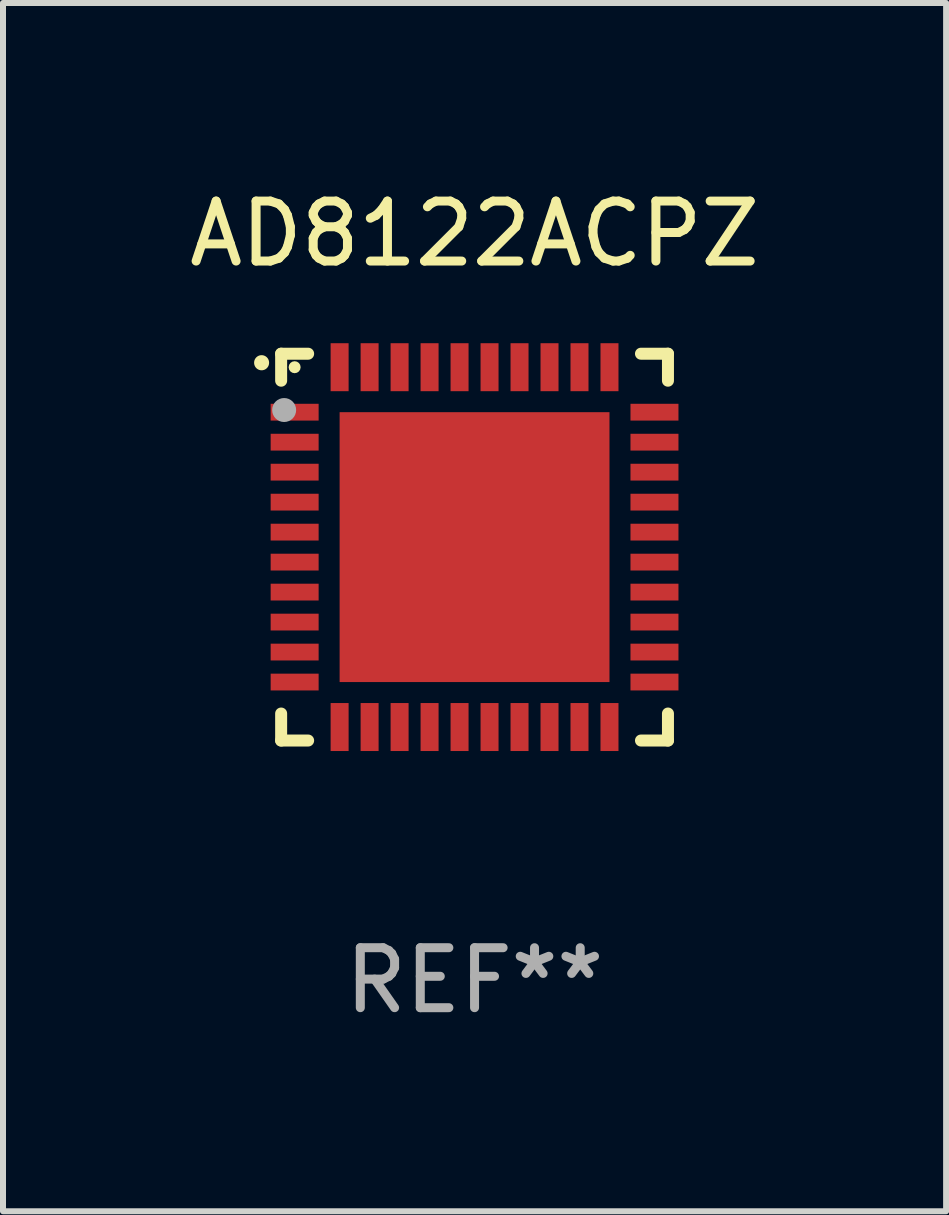
<source format=kicad_pcb>
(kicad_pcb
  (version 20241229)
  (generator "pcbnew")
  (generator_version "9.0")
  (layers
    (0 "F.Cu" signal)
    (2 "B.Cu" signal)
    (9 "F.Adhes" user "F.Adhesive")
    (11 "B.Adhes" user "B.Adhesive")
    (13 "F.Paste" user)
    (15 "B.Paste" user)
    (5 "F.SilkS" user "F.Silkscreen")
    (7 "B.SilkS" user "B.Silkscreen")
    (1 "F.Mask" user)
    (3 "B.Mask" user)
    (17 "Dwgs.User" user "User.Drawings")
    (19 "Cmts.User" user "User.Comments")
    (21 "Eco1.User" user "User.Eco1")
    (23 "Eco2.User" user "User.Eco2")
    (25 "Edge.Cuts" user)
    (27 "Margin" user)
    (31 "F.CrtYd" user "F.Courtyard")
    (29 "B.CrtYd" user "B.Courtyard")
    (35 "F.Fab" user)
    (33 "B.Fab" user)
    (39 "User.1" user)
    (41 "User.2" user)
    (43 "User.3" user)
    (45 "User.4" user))
  (footprint "AD8122ACPZ"
    (layer "F.Cu")
    (at 4.863 6.073)
    (property "Reference" "AD8122ACPZ" (at 0 -5.225 0) (layer "F.SilkS") (effects (font (size 1 1) (thickness 0.15))))
    (attr through_hole)
    (fp_line (start -3.225 -3.225) (end -2.775 -3.225) (stroke (width 0.2) (type solid)) (layer "F.SilkS"))
    (fp_line (start -3.225 -2.775) (end -3.225 -3.225) (stroke (width 0.2) (type solid)) (layer "F.SilkS"))
    (fp_line (start -3.225 2.775) (end -3.225 3.225) (stroke (width 0.2) (type solid)) (layer "F.SilkS"))
    (fp_line (start -3.225 3.225) (end -2.775 3.225) (stroke (width 0.2) (type solid)) (layer "F.SilkS"))
    (fp_line (start 2.775 -3.225) (end 3.225 -3.225) (stroke (width 0.2) (type solid)) (layer "F.SilkS"))
    (fp_line (start 2.775 3.225) (end 3.225 3.225) (stroke (width 0.2) (type solid)) (layer "F.SilkS"))
    (fp_line (start 3.225 -3.225) (end 3.225 -2.775) (stroke (width 0.2) (type solid)) (layer "F.SilkS"))
    (fp_line (start 3.225 3.225) (end 3.225 2.775) (stroke (width 0.2) (type solid)) (layer "F.SilkS"))
    (fp_arc (start -3.55094 -3.073406) (mid -3.550946 -3.074676) (end -3.55094 -3.075946) (stroke (width 0.25) (type solid)) (layer "F.SilkS"))
    (fp_circle (center -3 -3) (end -2.95 -3) (stroke (width 0.1) (type solid)) (fill no) (layer "F.SilkS"))
    (fp_circle (center -3.175 -2.286) (end -3.075 -2.286) (stroke (width 0.2) (type solid)) (fill no) (layer "F.Fab"))
    (fp_text user "REF**" (at 0 7.225 0) (layer "F.Fab") (effects (font (size 1 1) (thickness 0.15))))
    (pad "1" smd rect (at -3 -2.25) (size 0.8 0.28) (layers "F.Cu" "F.Mask" "F.Paste"))
    (pad "2" smd rect (at -3 -1.75) (size 0.8 0.28) (layers "F.Cu" "F.Mask" "F.Paste"))
    (pad "3" smd rect (at -3 -1.25) (size 0.8 0.28) (layers "F.Cu" "F.Mask" "F.Paste"))
    (pad "4" smd rect (at -3 -0.75) (size 0.8 0.28) (layers "F.Cu" "F.Mask" "F.Paste"))
    (pad "5" smd rect (at -3 -0.25) (size 0.8 0.28) (layers "F.Cu" "F.Mask" "F.Paste"))
    (pad "6" smd rect (at -3 0.25) (size 0.8 0.28) (layers "F.Cu" "F.Mask" "F.Paste"))
    (pad "7" smd rect (at -3 0.75) (size 0.8 0.28) (layers "F.Cu" "F.Mask" "F.Paste"))
    (pad "8" smd rect (at -3 1.25) (size 0.8 0.28) (layers "F.Cu" "F.Mask" "F.Paste"))
    (pad "9" smd rect (at -3 1.75) (size 0.8 0.28) (layers "F.Cu" "F.Mask" "F.Paste"))
    (pad "10" smd rect (at -3 2.25) (size 0.8 0.28) (layers "F.Cu" "F.Mask" "F.Paste"))
    (pad "11" smd rect (at -2.25 3) (size 0.3 0.8) (layers "F.Cu" "F.Mask" "F.Paste"))
    (pad "12" smd rect (at -1.75 3) (size 0.3 0.8) (layers "F.Cu" "F.Mask" "F.Paste"))
    (pad "13" smd rect (at -1.25 3) (size 0.3 0.8) (layers "F.Cu" "F.Mask" "F.Paste"))
    (pad "14" smd rect (at -0.75 3) (size 0.3 0.8) (layers "F.Cu" "F.Mask" "F.Paste"))
    (pad "15" smd rect (at -0.25 3) (size 0.3 0.8) (layers "F.Cu" "F.Mask" "F.Paste"))
    (pad "16" smd rect (at 0.25 3) (size 0.3 0.8) (layers "F.Cu" "F.Mask" "F.Paste"))
    (pad "17" smd rect (at 0.75 3) (size 0.3 0.8) (layers "F.Cu" "F.Mask" "F.Paste"))
    (pad "18" smd rect (at 1.25 3) (size 0.3 0.8) (layers "F.Cu" "F.Mask" "F.Paste"))
    (pad "19" smd rect (at 1.75 3) (size 0.3 0.8) (layers "F.Cu" "F.Mask" "F.Paste"))
    (pad "20" smd rect (at 2.25 3) (size 0.3 0.8) (layers "F.Cu" "F.Mask" "F.Paste"))
    (pad "21" smd rect (at 3 2.25) (size 0.8 0.28) (layers "F.Cu" "F.Mask" "F.Paste"))
    (pad "22" smd rect (at 3 1.75) (size 0.8 0.28) (layers "F.Cu" "F.Mask" "F.Paste"))
    (pad "23" smd rect (at 3 1.25) (size 0.8 0.28) (layers "F.Cu" "F.Mask" "F.Paste"))
    (pad "24" smd rect (at 3 0.75) (size 0.8 0.28) (layers "F.Cu" "F.Mask" "F.Paste"))
    (pad "25" smd rect (at 3 0.25) (size 0.8 0.28) (layers "F.Cu" "F.Mask" "F.Paste"))
    (pad "26" smd rect (at 3 -0.25) (size 0.8 0.28) (layers "F.Cu" "F.Mask" "F.Paste"))
    (pad "27" smd rect (at 3 -0.75) (size 0.8 0.28) (layers "F.Cu" "F.Mask" "F.Paste"))
    (pad "28" smd rect (at 3 -1.25) (size 0.8 0.28) (layers "F.Cu" "F.Mask" "F.Paste"))
    (pad "29" smd rect (at 3 -1.75) (size 0.8 0.28) (layers "F.Cu" "F.Mask" "F.Paste"))
    (pad "30" smd rect (at 3 -2.25) (size 0.8 0.28) (layers "F.Cu" "F.Mask" "F.Paste"))
    (pad "31" smd rect (at 2.25 -3) (size 0.3 0.8) (layers "F.Cu" "F.Mask" "F.Paste"))
    (pad "32" smd rect (at 1.75 -3) (size 0.3 0.8) (layers "F.Cu" "F.Mask" "F.Paste"))
    (pad "33" smd rect (at 1.25 -3) (size 0.3 0.8) (layers "F.Cu" "F.Mask" "F.Paste"))
    (pad "34" smd rect (at 0.75 -3) (size 0.3 0.8) (layers "F.Cu" "F.Mask" "F.Paste"))
    (pad "35" smd rect (at 0.25 -3) (size 0.3 0.8) (layers "F.Cu" "F.Mask" "F.Paste"))
    (pad "36" smd rect (at -0.25 -3) (size 0.3 0.8) (layers "F.Cu" "F.Mask" "F.Paste"))
    (pad "37" smd rect (at -0.75 -3) (size 0.3 0.8) (layers "F.Cu" "F.Mask" "F.Paste"))
    (pad "38" smd rect (at -1.25 -3) (size 0.3 0.8) (layers "F.Cu" "F.Mask" "F.Paste"))
    (pad "39" smd rect (at -1.75 -3) (size 0.3 0.8) (layers "F.Cu" "F.Mask" "F.Paste"))
    (pad "40" smd rect (at -2.25 -3) (size 0.3 0.8) (layers "F.Cu" "F.Mask" "F.Paste"))
    (pad "41" smd rect (at -0.000013 0) (size 4.5 4.5) (layers "F.Cu" "F.Mask" "F.Paste")))
  (gr_rect
    (start -3 -3)
    (end 12.726 17.147)
    (stroke (width 0.1) (type default))
    (fill no)
    (layer "Edge.Cuts")))
</source>
